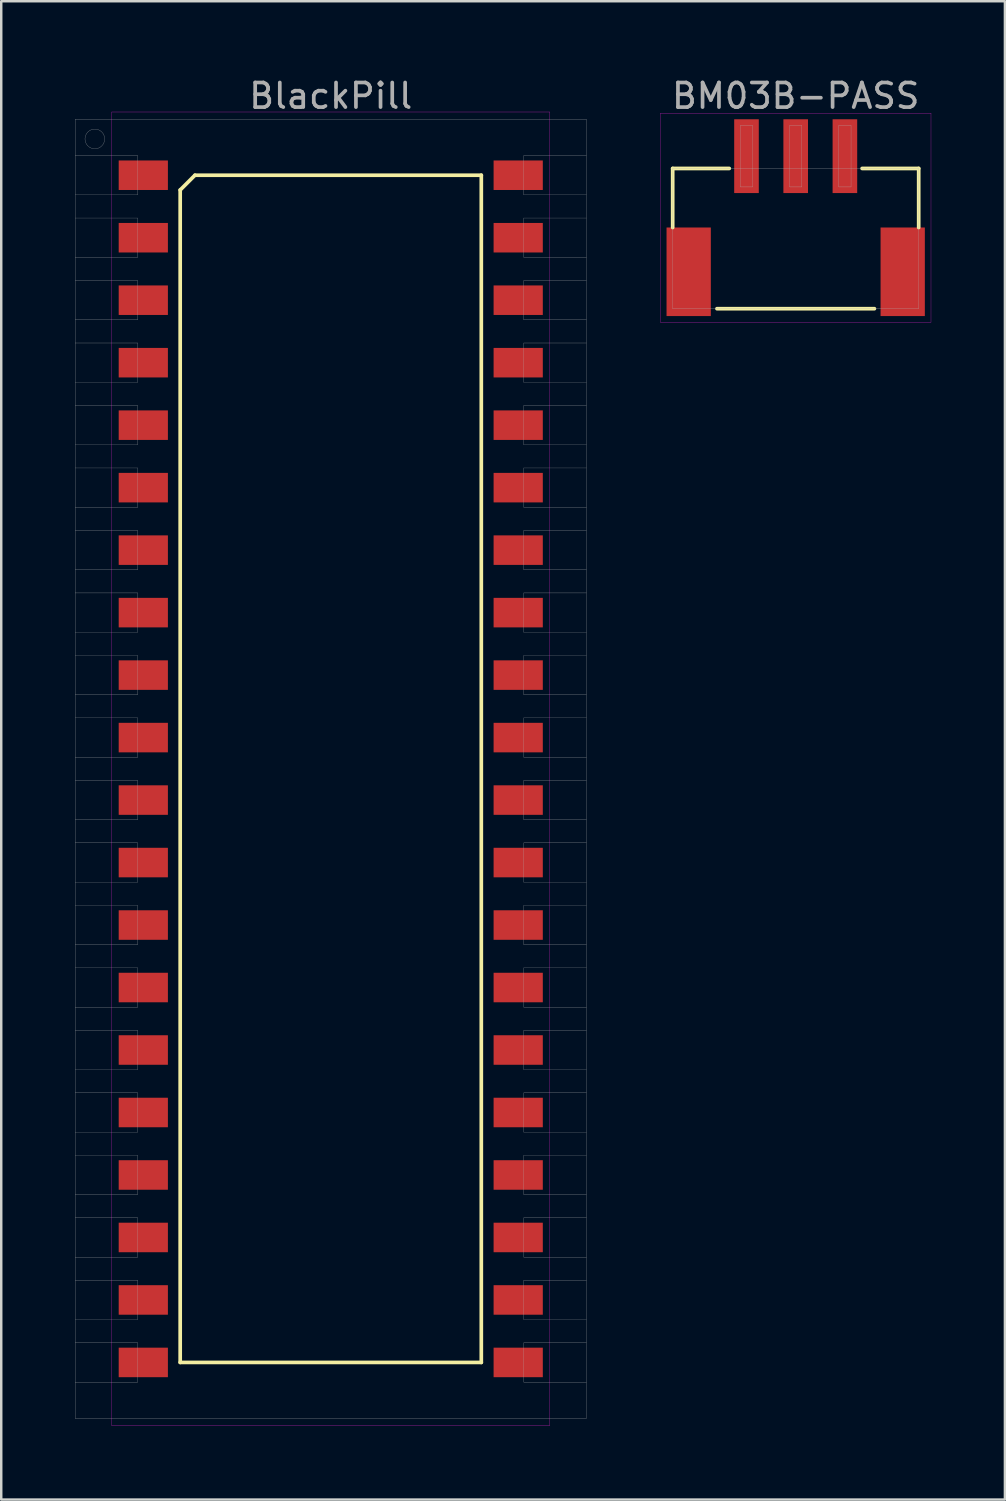
<source format=kicad_pcb>
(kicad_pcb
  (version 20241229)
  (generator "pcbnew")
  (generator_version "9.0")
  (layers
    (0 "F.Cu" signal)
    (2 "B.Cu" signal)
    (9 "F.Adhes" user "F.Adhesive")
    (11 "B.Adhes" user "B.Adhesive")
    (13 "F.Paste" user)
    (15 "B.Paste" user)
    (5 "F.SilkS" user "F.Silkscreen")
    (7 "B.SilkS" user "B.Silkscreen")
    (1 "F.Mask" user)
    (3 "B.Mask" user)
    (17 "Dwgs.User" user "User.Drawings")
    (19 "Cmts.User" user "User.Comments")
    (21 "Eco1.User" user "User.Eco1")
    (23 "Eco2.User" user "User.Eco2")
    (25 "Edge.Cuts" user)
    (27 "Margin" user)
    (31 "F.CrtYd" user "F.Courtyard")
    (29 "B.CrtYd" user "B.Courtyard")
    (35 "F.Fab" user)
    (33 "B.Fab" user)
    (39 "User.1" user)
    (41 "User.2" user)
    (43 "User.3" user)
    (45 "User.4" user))
  (footprint "BlackPill"
    (layer "F.Cu")
    (at 10.395 28.203)
    (property "Reference" "BlackPill" (at 0 -27.355 0) (layer "F.Fab") (effects (font (size 1 1) (thickness 0.15))))
    (attr smd)
    (fp_line (start -6.12 -23.53) (end -5.52 -24.13) (stroke (width 0.15) (type solid)) (layer "F.SilkS"))
    (fp_line (start -6.12 24.13) (end -6.12 -23.53) (stroke (width 0.15) (type solid)) (layer "F.SilkS"))
    (fp_line (start -5.52 -24.13) (end 6.12 -24.13) (stroke (width 0.15) (type solid)) (layer "F.SilkS"))
    (fp_line (start 6.12 -24.13) (end 6.12 24.13) (stroke (width 0.15) (type solid)) (layer "F.SilkS"))
    (fp_line (start 6.12 24.13) (end -6.12 24.13) (stroke (width 0.15) (type solid)) (layer "F.SilkS"))
    (fp_line (start -8.9 -26.7) (end 8.9 -26.7) (stroke (width 0.01) (type solid)) (layer "F.CrtYd"))
    (fp_line (start -8.9 26.7) (end -8.9 -26.7) (stroke (width 0.01) (type solid)) (layer "F.CrtYd"))
    (fp_line (start 8.9 -26.7) (end 8.9 26.7) (stroke (width 0.01) (type solid)) (layer "F.CrtYd"))
    (fp_line (start 8.9 26.7) (end -8.9 26.7) (stroke (width 0.01) (type solid)) (layer "F.CrtYd"))
    (fp_line (start -10.39 -26.405) (end 10.39 -26.405) (stroke (width 0.01) (type solid)) (layer "F.Fab"))
    (fp_line (start -10.39 -23.33) (end -7.85 -23.33) (stroke (width 0.01) (type solid)) (layer "F.Fab"))
    (fp_line (start -10.39 -20.79) (end -7.85 -20.79) (stroke (width 0.01) (type solid)) (layer "F.Fab"))
    (fp_line (start -10.39 -18.25) (end -7.85 -18.25) (stroke (width 0.01) (type solid)) (layer "F.Fab"))
    (fp_line (start -10.39 -15.71) (end -7.85 -15.71) (stroke (width 0.01) (type solid)) (layer "F.Fab"))
    (fp_line (start -10.39 -13.17) (end -7.85 -13.17) (stroke (width 0.01) (type solid)) (layer "F.Fab"))
    (fp_line (start -10.39 -10.63) (end -7.85 -10.63) (stroke (width 0.01) (type solid)) (layer "F.Fab"))
    (fp_line (start -10.39 -8.09) (end -7.85 -8.09) (stroke (width 0.01) (type solid)) (layer "F.Fab"))
    (fp_line (start -10.39 -5.55) (end -7.85 -5.55) (stroke (width 0.01) (type solid)) (layer "F.Fab"))
    (fp_line (start -10.39 -3.01) (end -7.85 -3.01) (stroke (width 0.01) (type solid)) (layer "F.Fab"))
    (fp_line (start -10.39 -0.47) (end -7.85 -0.47) (stroke (width 0.01) (type solid)) (layer "F.Fab"))
    (fp_line (start -10.39 2.07) (end -7.85 2.07) (stroke (width 0.01) (type solid)) (layer "F.Fab"))
    (fp_line (start -10.39 4.61) (end -7.85 4.61) (stroke (width 0.01) (type solid)) (layer "F.Fab"))
    (fp_line (start -10.39 7.15) (end -7.85 7.15) (stroke (width 0.01) (type solid)) (layer "F.Fab"))
    (fp_line (start -10.39 9.69) (end -7.85 9.69) (stroke (width 0.01) (type solid)) (layer "F.Fab"))
    (fp_line (start -10.39 12.23) (end -7.85 12.23) (stroke (width 0.01) (type solid)) (layer "F.Fab"))
    (fp_line (start -10.39 14.77) (end -7.85 14.77) (stroke (width 0.01) (type solid)) (layer "F.Fab"))
    (fp_line (start -10.39 17.31) (end -7.85 17.31) (stroke (width 0.01) (type solid)) (layer "F.Fab"))
    (fp_line (start -10.39 19.85) (end -7.85 19.85) (stroke (width 0.01) (type solid)) (layer "F.Fab"))
    (fp_line (start -10.39 22.39) (end -7.85 22.39) (stroke (width 0.01) (type solid)) (layer "F.Fab"))
    (fp_line (start -10.39 24.93) (end -7.85 24.93) (stroke (width 0.01) (type solid)) (layer "F.Fab"))
    (fp_line (start -10.39 26.405) (end -10.39 -26.405) (stroke (width 0.01) (type solid)) (layer "F.Fab"))
    (fp_line (start -7.85 -24.93) (end -10.39 -24.93) (stroke (width 0.01) (type solid)) (layer "F.Fab"))
    (fp_line (start -7.85 -23.33) (end -7.85 -24.93) (stroke (width 0.01) (type solid)) (layer "F.Fab"))
    (fp_line (start -7.85 -22.39) (end -10.39 -22.39) (stroke (width 0.01) (type solid)) (layer "F.Fab"))
    (fp_line (start -7.85 -20.79) (end -7.85 -22.39) (stroke (width 0.01) (type solid)) (layer "F.Fab"))
    (fp_line (start -7.85 -19.85) (end -10.39 -19.85) (stroke (width 0.01) (type solid)) (layer "F.Fab"))
    (fp_line (start -7.85 -18.25) (end -7.85 -19.85) (stroke (width 0.01) (type solid)) (layer "F.Fab"))
    (fp_line (start -7.85 -17.31) (end -10.39 -17.31) (stroke (width 0.01) (type solid)) (layer "F.Fab"))
    (fp_line (start -7.85 -15.71) (end -7.85 -17.31) (stroke (width 0.01) (type solid)) (layer "F.Fab"))
    (fp_line (start -7.85 -14.77) (end -10.39 -14.77) (stroke (width 0.01) (type solid)) (layer "F.Fab"))
    (fp_line (start -7.85 -13.17) (end -7.85 -14.77) (stroke (width 0.01) (type solid)) (layer "F.Fab"))
    (fp_line (start -7.85 -12.23) (end -10.39 -12.23) (stroke (width 0.01) (type solid)) (layer "F.Fab"))
    (fp_line (start -7.85 -10.63) (end -7.85 -12.23) (stroke (width 0.01) (type solid)) (layer "F.Fab"))
    (fp_line (start -7.85 -9.69) (end -10.39 -9.69) (stroke (width 0.01) (type solid)) (layer "F.Fab"))
    (fp_line (start -7.85 -8.09) (end -7.85 -9.69) (stroke (width 0.01) (type solid)) (layer "F.Fab"))
    (fp_line (start -7.85 -7.15) (end -10.39 -7.15) (stroke (width 0.01) (type solid)) (layer "F.Fab"))
    (fp_line (start -7.85 -5.55) (end -7.85 -7.15) (stroke (width 0.01) (type solid)) (layer "F.Fab"))
    (fp_line (start -7.85 -4.61) (end -10.39 -4.61) (stroke (width 0.01) (type solid)) (layer "F.Fab"))
    (fp_line (start -7.85 -3.01) (end -7.85 -4.61) (stroke (width 0.01) (type solid)) (layer "F.Fab"))
    (fp_line (start -7.85 -2.07) (end -10.39 -2.07) (stroke (width 0.01) (type solid)) (layer "F.Fab"))
    (fp_line (start -7.85 -0.47) (end -7.85 -2.07) (stroke (width 0.01) (type solid)) (layer "F.Fab"))
    (fp_line (start -7.85 0.47) (end -10.39 0.47) (stroke (width 0.01) (type solid)) (layer "F.Fab"))
    (fp_line (start -7.85 2.07) (end -7.85 0.47) (stroke (width 0.01) (type solid)) (layer "F.Fab"))
    (fp_line (start -7.85 3.01) (end -10.39 3.01) (stroke (width 0.01) (type solid)) (layer "F.Fab"))
    (fp_line (start -7.85 4.61) (end -7.85 3.01) (stroke (width 0.01) (type solid)) (layer "F.Fab"))
    (fp_line (start -7.85 5.55) (end -10.39 5.55) (stroke (width 0.01) (type solid)) (layer "F.Fab"))
    (fp_line (start -7.85 7.15) (end -7.85 5.55) (stroke (width 0.01) (type solid)) (layer "F.Fab"))
    (fp_line (start -7.85 8.09) (end -10.39 8.09) (stroke (width 0.01) (type solid)) (layer "F.Fab"))
    (fp_line (start -7.85 9.69) (end -7.85 8.09) (stroke (width 0.01) (type solid)) (layer "F.Fab"))
    (fp_line (start -7.85 10.63) (end -10.39 10.63) (stroke (width 0.01) (type solid)) (layer "F.Fab"))
    (fp_line (start -7.85 12.23) (end -7.85 10.63) (stroke (width 0.01) (type solid)) (layer "F.Fab"))
    (fp_line (start -7.85 13.17) (end -10.39 13.17) (stroke (width 0.01) (type solid)) (layer "F.Fab"))
    (fp_line (start -7.85 14.77) (end -7.85 13.17) (stroke (width 0.01) (type solid)) (layer "F.Fab"))
    (fp_line (start -7.85 15.71) (end -10.39 15.71) (stroke (width 0.01) (type solid)) (layer "F.Fab"))
    (fp_line (start -7.85 17.31) (end -7.85 15.71) (stroke (width 0.01) (type solid)) (layer "F.Fab"))
    (fp_line (start -7.85 18.25) (end -10.39 18.25) (stroke (width 0.01) (type solid)) (layer "F.Fab"))
    (fp_line (start -7.85 19.85) (end -7.85 18.25) (stroke (width 0.01) (type solid)) (layer "F.Fab"))
    (fp_line (start -7.85 20.79) (end -10.39 20.79) (stroke (width 0.01) (type solid)) (layer "F.Fab"))
    (fp_line (start -7.85 22.39) (end -7.85 20.79) (stroke (width 0.01) (type solid)) (layer "F.Fab"))
    (fp_line (start -7.85 23.33) (end -10.39 23.33) (stroke (width 0.01) (type solid)) (layer "F.Fab"))
    (fp_line (start -7.85 24.93) (end -7.85 23.33) (stroke (width 0.01) (type solid)) (layer "F.Fab"))
    (fp_line (start 7.85 -24.93) (end 7.85 -23.33) (stroke (width 0.01) (type solid)) (layer "F.Fab"))
    (fp_line (start 7.85 -23.33) (end 10.39 -23.33) (stroke (width 0.01) (type solid)) (layer "F.Fab"))
    (fp_line (start 7.85 -22.39) (end 7.85 -20.79) (stroke (width 0.01) (type solid)) (layer "F.Fab"))
    (fp_line (start 7.85 -20.79) (end 10.39 -20.79) (stroke (width 0.01) (type solid)) (layer "F.Fab"))
    (fp_line (start 7.85 -19.85) (end 7.85 -18.25) (stroke (width 0.01) (type solid)) (layer "F.Fab"))
    (fp_line (start 7.85 -18.25) (end 10.39 -18.25) (stroke (width 0.01) (type solid)) (layer "F.Fab"))
    (fp_line (start 7.85 -17.31) (end 7.85 -15.71) (stroke (width 0.01) (type solid)) (layer "F.Fab"))
    (fp_line (start 7.85 -15.71) (end 10.39 -15.71) (stroke (width 0.01) (type solid)) (layer "F.Fab"))
    (fp_line (start 7.85 -14.77) (end 7.85 -13.17) (stroke (width 0.01) (type solid)) (layer "F.Fab"))
    (fp_line (start 7.85 -13.17) (end 10.39 -13.17) (stroke (width 0.01) (type solid)) (layer "F.Fab"))
    (fp_line (start 7.85 -12.23) (end 7.85 -10.63) (stroke (width 0.01) (type solid)) (layer "F.Fab"))
    (fp_line (start 7.85 -10.63) (end 10.39 -10.63) (stroke (width 0.01) (type solid)) (layer "F.Fab"))
    (fp_line (start 7.85 -9.69) (end 7.85 -8.09) (stroke (width 0.01) (type solid)) (layer "F.Fab"))
    (fp_line (start 7.85 -8.09) (end 10.39 -8.09) (stroke (width 0.01) (type solid)) (layer "F.Fab"))
    (fp_line (start 7.85 -7.15) (end 7.85 -5.55) (stroke (width 0.01) (type solid)) (layer "F.Fab"))
    (fp_line (start 7.85 -5.55) (end 10.39 -5.55) (stroke (width 0.01) (type solid)) (layer "F.Fab"))
    (fp_line (start 7.85 -4.61) (end 7.85 -3.01) (stroke (width 0.01) (type solid)) (layer "F.Fab"))
    (fp_line (start 7.85 -3.01) (end 10.39 -3.01) (stroke (width 0.01) (type solid)) (layer "F.Fab"))
    (fp_line (start 7.85 -2.07) (end 7.85 -0.47) (stroke (width 0.01) (type solid)) (layer "F.Fab"))
    (fp_line (start 7.85 -0.47) (end 10.39 -0.47) (stroke (width 0.01) (type solid)) (layer "F.Fab"))
    (fp_line (start 7.85 0.47) (end 7.85 2.07) (stroke (width 0.01) (type solid)) (layer "F.Fab"))
    (fp_line (start 7.85 2.07) (end 10.39 2.07) (stroke (width 0.01) (type solid)) (layer "F.Fab"))
    (fp_line (start 7.85 3.01) (end 7.85 4.61) (stroke (width 0.01) (type solid)) (layer "F.Fab"))
    (fp_line (start 7.85 4.61) (end 10.39 4.61) (stroke (width 0.01) (type solid)) (layer "F.Fab"))
    (fp_line (start 7.85 5.55) (end 7.85 7.15) (stroke (width 0.01) (type solid)) (layer "F.Fab"))
    (fp_line (start 7.85 7.15) (end 10.39 7.15) (stroke (width 0.01) (type solid)) (layer "F.Fab"))
    (fp_line (start 7.85 8.09) (end 7.85 9.69) (stroke (width 0.01) (type solid)) (layer "F.Fab"))
    (fp_line (start 7.85 9.69) (end 10.39 9.69) (stroke (width 0.01) (type solid)) (layer "F.Fab"))
    (fp_line (start 7.85 10.63) (end 7.85 12.23) (stroke (width 0.01) (type solid)) (layer "F.Fab"))
    (fp_line (start 7.85 12.23) (end 10.39 12.23) (stroke (width 0.01) (type solid)) (layer "F.Fab"))
    (fp_line (start 7.85 13.17) (end 7.85 14.77) (stroke (width 0.01) (type solid)) (layer "F.Fab"))
    (fp_line (start 7.85 14.77) (end 10.39 14.77) (stroke (width 0.01) (type solid)) (layer "F.Fab"))
    (fp_line (start 7.85 15.71) (end 7.85 17.31) (stroke (width 0.01) (type solid)) (layer "F.Fab"))
    (fp_line (start 7.85 17.31) (end 10.39 17.31) (stroke (width 0.01) (type solid)) (layer "F.Fab"))
    (fp_line (start 7.85 18.25) (end 7.85 19.85) (stroke (width 0.01) (type solid)) (layer "F.Fab"))
    (fp_line (start 7.85 19.85) (end 10.39 19.85) (stroke (width 0.01) (type solid)) (layer "F.Fab"))
    (fp_line (start 7.85 20.79) (end 7.85 22.39) (stroke (width 0.01) (type solid)) (layer "F.Fab"))
    (fp_line (start 7.85 22.39) (end 10.39 22.39) (stroke (width 0.01) (type solid)) (layer "F.Fab"))
    (fp_line (start 7.85 23.33) (end 7.85 24.93) (stroke (width 0.01) (type solid)) (layer "F.Fab"))
    (fp_line (start 7.85 24.93) (end 10.39 24.93) (stroke (width 0.01) (type solid)) (layer "F.Fab"))
    (fp_line (start 10.39 -26.405) (end 10.39 26.405) (stroke (width 0.01) (type solid)) (layer "F.Fab"))
    (fp_line (start 10.39 -24.93) (end 7.85 -24.93) (stroke (width 0.01) (type solid)) (layer "F.Fab"))
    (fp_line (start 10.39 -22.39) (end 7.85 -22.39) (stroke (width 0.01) (type solid)) (layer "F.Fab"))
    (fp_line (start 10.39 -19.85) (end 7.85 -19.85) (stroke (width 0.01) (type solid)) (layer "F.Fab"))
    (fp_line (start 10.39 -17.31) (end 7.85 -17.31) (stroke (width 0.01) (type solid)) (layer "F.Fab"))
    (fp_line (start 10.39 -14.77) (end 7.85 -14.77) (stroke (width 0.01) (type solid)) (layer "F.Fab"))
    (fp_line (start 10.39 -12.23) (end 7.85 -12.23) (stroke (width 0.01) (type solid)) (layer "F.Fab"))
    (fp_line (start 10.39 -9.69) (end 7.85 -9.69) (stroke (width 0.01) (type solid)) (layer "F.Fab"))
    (fp_line (start 10.39 -7.15) (end 7.85 -7.15) (stroke (width 0.01) (type solid)) (layer "F.Fab"))
    (fp_line (start 10.39 -4.61) (end 7.85 -4.61) (stroke (width 0.01) (type solid)) (layer "F.Fab"))
    (fp_line (start 10.39 -2.07) (end 7.85 -2.07) (stroke (width 0.01) (type solid)) (layer "F.Fab"))
    (fp_line (start 10.39 0.47) (end 7.85 0.47) (stroke (width 0.01) (type solid)) (layer "F.Fab"))
    (fp_line (start 10.39 3.01) (end 7.85 3.01) (stroke (width 0.01) (type solid)) (layer "F.Fab"))
    (fp_line (start 10.39 5.55) (end 7.85 5.55) (stroke (width 0.01) (type solid)) (layer "F.Fab"))
    (fp_line (start 10.39 8.09) (end 7.85 8.09) (stroke (width 0.01) (type solid)) (layer "F.Fab"))
    (fp_line (start 10.39 10.63) (end 7.85 10.63) (stroke (width 0.01) (type solid)) (layer "F.Fab"))
    (fp_line (start 10.39 13.17) (end 7.85 13.17) (stroke (width 0.01) (type solid)) (layer "F.Fab"))
    (fp_line (start 10.39 15.71) (end 7.85 15.71) (stroke (width 0.01) (type solid)) (layer "F.Fab"))
    (fp_line (start 10.39 18.25) (end 7.85 18.25) (stroke (width 0.01) (type solid)) (layer "F.Fab"))
    (fp_line (start 10.39 20.79) (end 7.85 20.79) (stroke (width 0.01) (type solid)) (layer "F.Fab"))
    (fp_line (start 10.39 23.33) (end 7.85 23.33) (stroke (width 0.01) (type solid)) (layer "F.Fab"))
    (fp_line (start 10.39 26.405) (end -10.39 26.405) (stroke (width 0.01) (type solid)) (layer "F.Fab"))
    (fp_circle (center -9.59 -25.605) (end -9.59 -25.205) (stroke (width 0.01) (type solid)) (fill no) (layer "F.Fab"))
    (pad "1" smd rect (at -7.62 -24.13) (size 2 1.2) (layers "F.Cu" "F.Mask" "F.Paste"))
    (pad "2" smd rect (at -7.62 -21.59) (size 2 1.2) (layers "F.Cu" "F.Mask" "F.Paste"))
    (pad "3" smd rect (at -7.62 -19.05) (size 2 1.2) (layers "F.Cu" "F.Mask" "F.Paste"))
    (pad "4" smd rect (at -7.62 -16.51) (size 2 1.2) (layers "F.Cu" "F.Mask" "F.Paste"))
    (pad "5" smd rect (at -7.62 -13.97) (size 2 1.2) (layers "F.Cu" "F.Mask" "F.Paste"))
    (pad "6" smd rect (at -7.62 -11.43) (size 2 1.2) (layers "F.Cu" "F.Mask" "F.Paste"))
    (pad "7" smd rect (at -7.62 -8.89) (size 2 1.2) (layers "F.Cu" "F.Mask" "F.Paste"))
    (pad "8" smd rect (at -7.62 -6.35) (size 2 1.2) (layers "F.Cu" "F.Mask" "F.Paste"))
    (pad "9" smd rect (at -7.62 -3.81) (size 2 1.2) (layers "F.Cu" "F.Mask" "F.Paste"))
    (pad "10" smd rect (at -7.62 -1.27) (size 2 1.2) (layers "F.Cu" "F.Mask" "F.Paste"))
    (pad "11" smd rect (at -7.62 1.27) (size 2 1.2) (layers "F.Cu" "F.Mask" "F.Paste"))
    (pad "12" smd rect (at -7.62 3.81) (size 2 1.2) (layers "F.Cu" "F.Mask" "F.Paste"))
    (pad "13" smd rect (at -7.62 6.35) (size 2 1.2) (layers "F.Cu" "F.Mask" "F.Paste"))
    (pad "14" smd rect (at -7.62 8.89) (size 2 1.2) (layers "F.Cu" "F.Mask" "F.Paste"))
    (pad "15" smd rect (at -7.62 11.43) (size 2 1.2) (layers "F.Cu" "F.Mask" "F.Paste"))
    (pad "16" smd rect (at -7.62 13.97) (size 2 1.2) (layers "F.Cu" "F.Mask" "F.Paste"))
    (pad "17" smd rect (at -7.62 16.51) (size 2 1.2) (layers "F.Cu" "F.Mask" "F.Paste"))
    (pad "18" smd rect (at -7.62 19.05) (size 2 1.2) (layers "F.Cu" "F.Mask" "F.Paste"))
    (pad "19" smd rect (at -7.62 21.59) (size 2 1.2) (layers "F.Cu" "F.Mask" "F.Paste"))
    (pad "20" smd rect (at -7.62 24.13) (size 2 1.2) (layers "F.Cu" "F.Mask" "F.Paste"))
    (pad "21" smd rect (at 7.62 24.13) (size 2 1.2) (layers "F.Cu" "F.Mask" "F.Paste"))
    (pad "22" smd rect (at 7.62 21.59) (size 2 1.2) (layers "F.Cu" "F.Mask" "F.Paste"))
    (pad "23" smd rect (at 7.62 19.05) (size 2 1.2) (layers "F.Cu" "F.Mask" "F.Paste"))
    (pad "24" smd rect (at 7.62 16.51) (size 2 1.2) (layers "F.Cu" "F.Mask" "F.Paste"))
    (pad "25" smd rect (at 7.62 13.97) (size 2 1.2) (layers "F.Cu" "F.Mask" "F.Paste"))
    (pad "26" smd rect (at 7.62 11.43) (size 2 1.2) (layers "F.Cu" "F.Mask" "F.Paste"))
    (pad "27" smd rect (at 7.62 8.89) (size 2 1.2) (layers "F.Cu" "F.Mask" "F.Paste"))
    (pad "28" smd rect (at 7.62 6.35) (size 2 1.2) (layers "F.Cu" "F.Mask" "F.Paste"))
    (pad "29" smd rect (at 7.62 3.81) (size 2 1.2) (layers "F.Cu" "F.Mask" "F.Paste"))
    (pad "30" smd rect (at 7.62 1.27) (size 2 1.2) (layers "F.Cu" "F.Mask" "F.Paste"))
    (pad "31" smd rect (at 7.62 -1.27) (size 2 1.2) (layers "F.Cu" "F.Mask" "F.Paste"))
    (pad "32" smd rect (at 7.62 -3.81) (size 2 1.2) (layers "F.Cu" "F.Mask" "F.Paste"))
    (pad "33" smd rect (at 7.62 -6.35) (size 2 1.2) (layers "F.Cu" "F.Mask" "F.Paste"))
    (pad "34" smd rect (at 7.62 -8.89) (size 2 1.2) (layers "F.Cu" "F.Mask" "F.Paste"))
    (pad "35" smd rect (at 7.62 -11.43) (size 2 1.2) (layers "F.Cu" "F.Mask" "F.Paste"))
    (pad "36" smd rect (at 7.62 -13.97) (size 2 1.2) (layers "F.Cu" "F.Mask" "F.Paste"))
    (pad "37" smd rect (at 7.62 -16.51) (size 2 1.2) (layers "F.Cu" "F.Mask" "F.Paste"))
    (pad "38" smd rect (at 7.62 -19.05) (size 2 1.2) (layers "F.Cu" "F.Mask" "F.Paste"))
    (pad "39" smd rect (at 7.62 -21.59) (size 2 1.2) (layers "F.Cu" "F.Mask" "F.Paste"))
    (pad "40" smd rect (at 7.62 -24.13) (size 2 1.2) (layers "F.Cu" "F.Mask" "F.Paste")))
  (footprint "BM03B-PASS"
    (layer "F.Cu")
    (at 29.295 3.298)
    (property "Reference" "BM03B-PASS" (at 0 -2.45 0) (layer "F.Fab") (effects (font (size 1 1) (thickness 0.15))))
    (attr smd)
    (fp_line (start -5 0.5) (end -2.7 0.5) (stroke (width 0.15) (type solid)) (layer "F.SilkS"))
    (fp_line (start -5 2.9) (end -5 0.5) (stroke (width 0.15) (type solid)) (layer "F.SilkS"))
    (fp_line (start -3.2 6.2) (end 3.2 6.2) (stroke (width 0.15) (type solid)) (layer "F.SilkS"))
    (fp_line (start 5 0.5) (end 2.7 0.5) (stroke (width 0.15) (type solid)) (layer "F.SilkS"))
    (fp_line (start 5 2.9) (end 5 0.5) (stroke (width 0.15) (type solid)) (layer "F.SilkS"))
    (fp_line (start -5.5 -1.75) (end 5.5 -1.75) (stroke (width 0.01) (type solid)) (layer "F.CrtYd"))
    (fp_line (start -5.5 6.75) (end -5.5 -1.75) (stroke (width 0.01) (type solid)) (layer "F.CrtYd"))
    (fp_line (start 5.5 -1.75) (end 5.5 6.75) (stroke (width 0.01) (type solid)) (layer "F.CrtYd"))
    (fp_line (start 5.5 6.75) (end -5.5 6.75) (stroke (width 0.01) (type solid)) (layer "F.CrtYd"))
    (fp_line (start -5 0.5) (end 5 0.5) (stroke (width 0.01) (type solid)) (layer "F.Fab"))
    (fp_line (start -5 6.2) (end -5 0.5) (stroke (width 0.01) (type solid)) (layer "F.Fab"))
    (fp_line (start -2.25 -1.25) (end -1.75 -1.25) (stroke (width 0.01) (type solid)) (layer "F.Fab"))
    (fp_line (start -2.25 1.25) (end -2.25 -1.25) (stroke (width 0.01) (type solid)) (layer "F.Fab"))
    (fp_line (start -1.75 -1.25) (end -1.75 1.25) (stroke (width 0.01) (type solid)) (layer "F.Fab"))
    (fp_line (start -1.75 1.25) (end -2.25 1.25) (stroke (width 0.01) (type solid)) (layer "F.Fab"))
    (fp_line (start -0.25 -1.25) (end 0.25 -1.25) (stroke (width 0.01) (type solid)) (layer "F.Fab"))
    (fp_line (start -0.25 1.25) (end -0.25 -1.25) (stroke (width 0.01) (type solid)) (layer "F.Fab"))
    (fp_line (start 0.25 -1.25) (end 0.25 1.25) (stroke (width 0.01) (type solid)) (layer "F.Fab"))
    (fp_line (start 0.25 1.25) (end -0.25 1.25) (stroke (width 0.01) (type solid)) (layer "F.Fab"))
    (fp_line (start 1.75 -1.25) (end 2.25 -1.25) (stroke (width 0.01) (type solid)) (layer "F.Fab"))
    (fp_line (start 1.75 1.25) (end 1.75 -1.25) (stroke (width 0.01) (type solid)) (layer "F.Fab"))
    (fp_line (start 2.25 -1.25) (end 2.25 1.25) (stroke (width 0.01) (type solid)) (layer "F.Fab"))
    (fp_line (start 2.25 1.25) (end 1.75 1.25) (stroke (width 0.01) (type solid)) (layer "F.Fab"))
    (fp_line (start 5 0.5) (end 5 6.2) (stroke (width 0.01) (type solid)) (layer "F.Fab"))
    (fp_line (start 5 6.2) (end -5 6.2) (stroke (width 0.01) (type solid)) (layer "F.Fab"))
    (pad "" smd rect (at -4.35 4.7) (size 1.8 3.6) (layers "F.Cu" "F.Mask" "F.Paste"))
    (pad "" smd rect (at 4.35 4.7) (size 1.8 3.6) (layers "F.Cu" "F.Mask" "F.Paste"))
    (pad "1" smd rect (at 2 0) (size 1 3) (layers "F.Cu" "F.Mask" "F.Paste"))
    (pad "2" smd rect (at 0 0) (size 1 3) (layers "F.Cu" "F.Mask" "F.Paste"))
    (pad "3" smd rect (at -2 0) (size 1 3) (layers "F.Cu" "F.Mask" "F.Paste")))
  (gr_rect
    (start -3 -3)
    (end 37.8 57.908)
    (stroke (width 0.1) (type default))
    (fill no)
    (layer "Edge.Cuts")))
</source>
